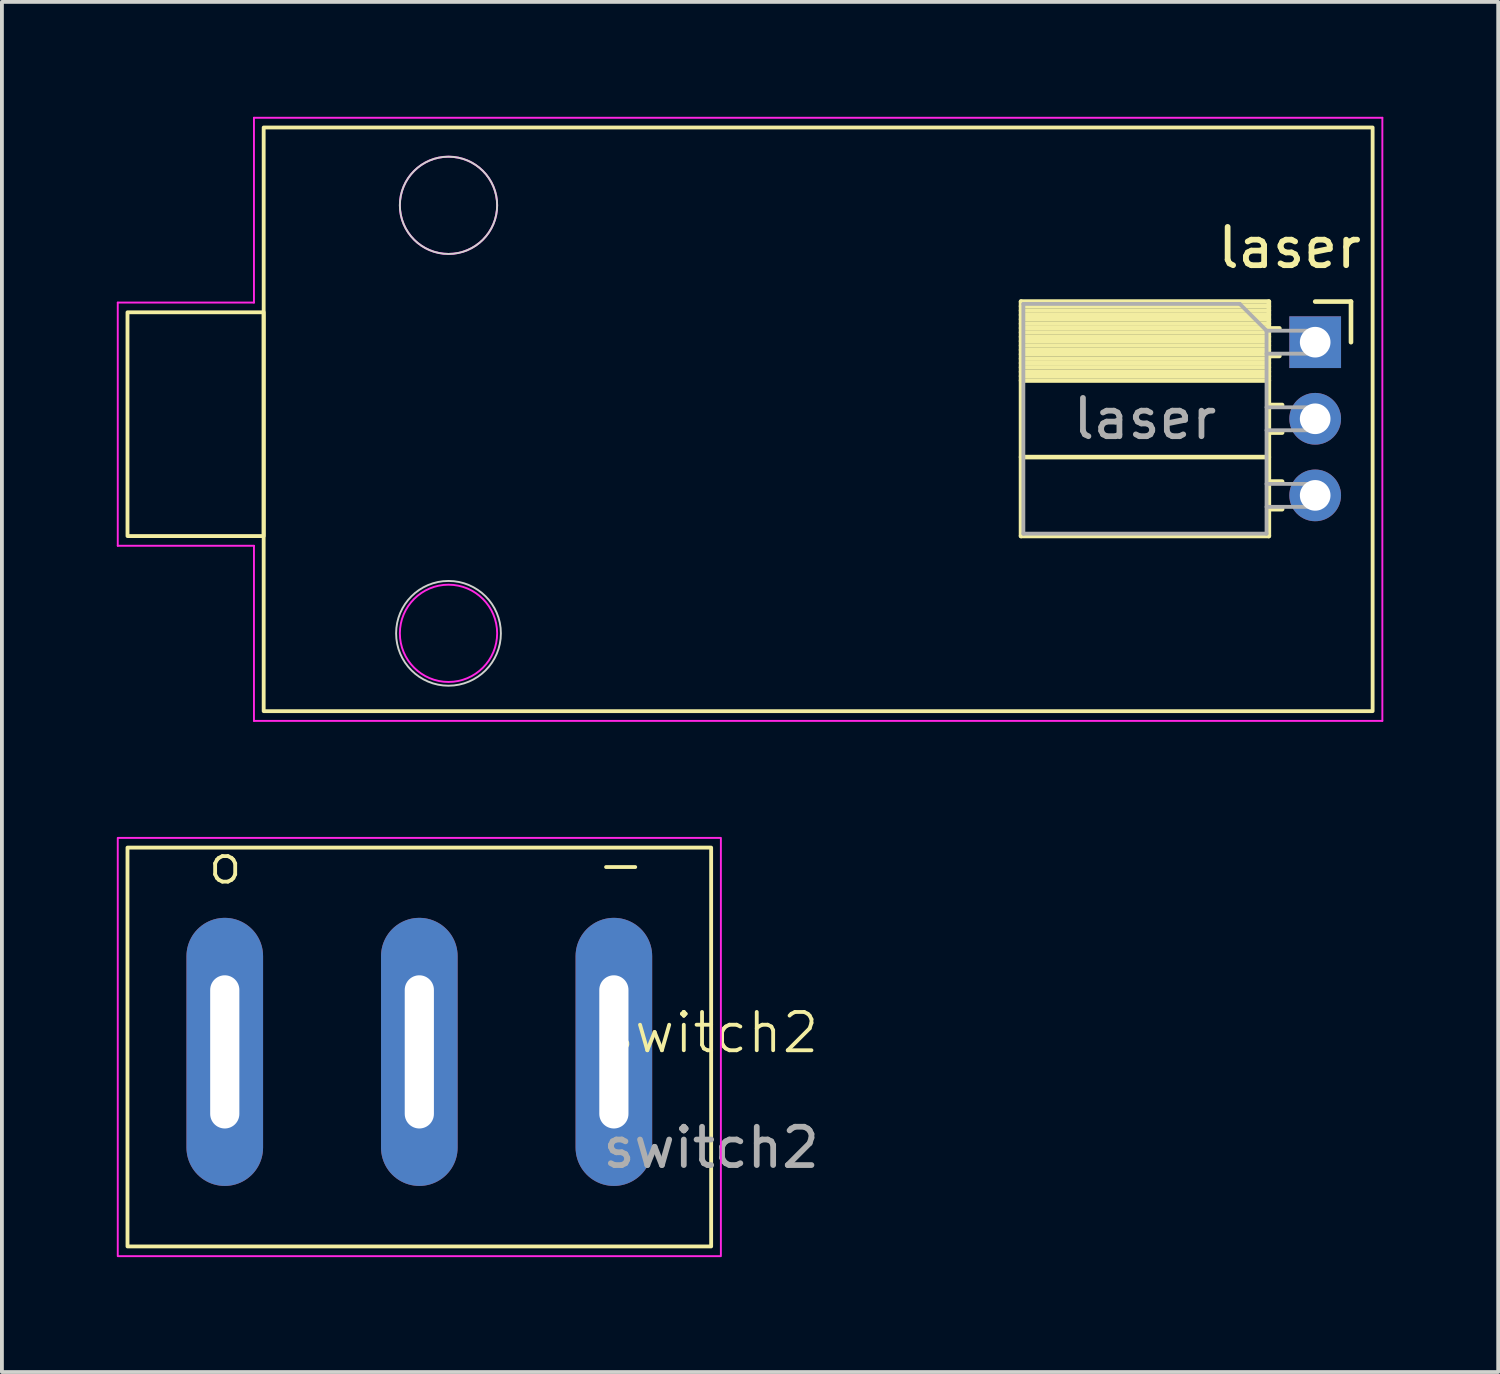
<source format=kicad_pcb>
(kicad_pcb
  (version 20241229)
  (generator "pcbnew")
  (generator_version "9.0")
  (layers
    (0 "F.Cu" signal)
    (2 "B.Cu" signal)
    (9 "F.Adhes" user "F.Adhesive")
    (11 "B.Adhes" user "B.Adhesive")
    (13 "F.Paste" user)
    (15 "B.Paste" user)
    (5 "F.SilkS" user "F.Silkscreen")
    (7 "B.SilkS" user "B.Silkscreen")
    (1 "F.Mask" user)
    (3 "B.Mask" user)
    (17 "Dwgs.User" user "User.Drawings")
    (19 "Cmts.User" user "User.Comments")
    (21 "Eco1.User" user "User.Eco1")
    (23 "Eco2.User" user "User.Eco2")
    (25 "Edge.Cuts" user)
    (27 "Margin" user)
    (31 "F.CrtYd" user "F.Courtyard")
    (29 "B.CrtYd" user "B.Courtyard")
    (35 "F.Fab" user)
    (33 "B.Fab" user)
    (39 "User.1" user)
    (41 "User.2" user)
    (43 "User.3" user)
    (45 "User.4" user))
  (footprint "laser"
    (layer "F.Cu")
    (at 32.791 7.899)
    (property "Reference" "laser" (at -2.167 -4.479 0) (layer "F.SilkS") (effects (font (size 1 1) (thickness 0.15))))
    (attr through_hole)
    (fp_line (start -9.18 -3.074) (end -9.18 3.046) (stroke (width 0.12) (type solid)) (layer "F.SilkS"))
    (fp_line (start -9.18 -3.074) (end -2.71 -3.074) (stroke (width 0.12) (type solid)) (layer "F.SilkS"))
    (fp_line (start -9.18 -2.954) (end -2.71 -2.954) (stroke (width 0.12) (type solid)) (layer "F.SilkS"))
    (fp_line (start -9.18 -2.84) (end -2.71 -2.84) (stroke (width 0.12) (type solid)) (layer "F.SilkS"))
    (fp_line (start -9.18 -2.726) (end -2.71 -2.726) (stroke (width 0.12) (type solid)) (layer "F.SilkS"))
    (fp_line (start -9.18 -2.612) (end -2.71 -2.612) (stroke (width 0.12) (type solid)) (layer "F.SilkS"))
    (fp_line (start -9.18 -2.498) (end -2.71 -2.498) (stroke (width 0.12) (type solid)) (layer "F.SilkS"))
    (fp_line (start -9.18 -2.383) (end -2.71 -2.383) (stroke (width 0.12) (type solid)) (layer "F.SilkS"))
    (fp_line (start -9.18 -2.269) (end -2.71 -2.269) (stroke (width 0.12) (type solid)) (layer "F.SilkS"))
    (fp_line (start -9.18 -2.155) (end -2.71 -2.155) (stroke (width 0.12) (type solid)) (layer "F.SilkS"))
    (fp_line (start -9.18 -2.041) (end -2.71 -2.041) (stroke (width 0.12) (type solid)) (layer "F.SilkS"))
    (fp_line (start -9.18 -1.927) (end -2.71 -1.927) (stroke (width 0.12) (type solid)) (layer "F.SilkS"))
    (fp_line (start -9.18 -1.813) (end -2.71 -1.813) (stroke (width 0.12) (type solid)) (layer "F.SilkS"))
    (fp_line (start -9.18 -1.699) (end -2.71 -1.699) (stroke (width 0.12) (type solid)) (layer "F.SilkS"))
    (fp_line (start -9.18 -1.585) (end -2.71 -1.585) (stroke (width 0.12) (type solid)) (layer "F.SilkS"))
    (fp_line (start -9.18 -1.47) (end -2.71 -1.47) (stroke (width 0.12) (type solid)) (layer "F.SilkS"))
    (fp_line (start -9.18 -1.356) (end -2.71 -1.356) (stroke (width 0.12) (type solid)) (layer "F.SilkS"))
    (fp_line (start -9.18 -1.242) (end -2.71 -1.242) (stroke (width 0.12) (type solid)) (layer "F.SilkS"))
    (fp_line (start -9.18 -1.128) (end -2.71 -1.128) (stroke (width 0.12) (type solid)) (layer "F.SilkS"))
    (fp_line (start -9.18 -1.014) (end -2.71 -1.014) (stroke (width 0.12) (type solid)) (layer "F.SilkS"))
    (fp_line (start -9.18 0.986) (end -2.71 0.986) (stroke (width 0.12) (type solid)) (layer "F.SilkS"))
    (fp_line (start -9.18 3.046) (end -2.71 3.046) (stroke (width 0.12) (type solid)) (layer "F.SilkS"))
    (fp_line (start -2.71 -3.074) (end -2.71 3.046) (stroke (width 0.12) (type solid)) (layer "F.SilkS"))
    (fp_line (start -2.71 -2.374) (end -2.435 -2.374) (stroke (width 0.12) (type solid)) (layer "F.SilkS"))
    (fp_line (start -2.71 -1.654) (end -2.435 -1.654) (stroke (width 0.12) (type solid)) (layer "F.SilkS"))
    (fp_line (start -2.71 -0.374) (end -2.363 -0.374) (stroke (width 0.12) (type solid)) (layer "F.SilkS"))
    (fp_line (start -2.71 0.346) (end -2.363 0.346) (stroke (width 0.12) (type solid)) (layer "F.SilkS"))
    (fp_line (start -2.71 1.626) (end -2.363 1.626) (stroke (width 0.12) (type solid)) (layer "F.SilkS"))
    (fp_line (start -2.71 2.346) (end -2.363 2.346) (stroke (width 0.12) (type solid)) (layer "F.SilkS"))
    (fp_line (start -1.5 -3.074) (end -0.565 -3.074) (stroke (width 0.12) (type solid)) (layer "F.SilkS"))
    (fp_line (start -0.565 -3.074) (end -0.565 -2.014) (stroke (width 0.12) (type solid)) (layer "F.SilkS"))
    (fp_rect (start -32.512 -2.794) (end -28.956 3.048) (stroke (width 0.1) (type default)) (fill no) (layer "F.SilkS"))
    (fp_rect (start 0 -7.62) (end -28.956 7.62) (stroke (width 0.1) (type default)) (fill no) (layer "F.SilkS"))
    (fp_circle (center -24.13 -5.588) (end -24.892 -6.604) (stroke (width 0.05) (type default)) (fill no) (layer "Edge.Cuts"))
    (fp_circle (center -24.13 5.588) (end -24.638 4.318) (stroke (width 0.05) (type default)) (fill no) (layer "Edge.Cuts"))
    (fp_line (start -32.766 -3.048) (end -32.766 3.302) (stroke (width 0.05) (type default)) (layer "F.CrtYd"))
    (fp_line (start -32.766 3.302) (end -29.21 3.302) (stroke (width 0.05) (type default)) (layer "F.CrtYd"))
    (fp_line (start -29.21 -7.874) (end -29.21 -3.048) (stroke (width 0.05) (type default)) (layer "F.CrtYd"))
    (fp_line (start -29.21 -3.048) (end -32.766 -3.048) (stroke (width 0.05) (type default)) (layer "F.CrtYd"))
    (fp_line (start -29.21 3.302) (end -29.21 7.874) (stroke (width 0.05) (type default)) (layer "F.CrtYd"))
    (fp_line (start -29.21 7.874) (end 0.254 7.874) (stroke (width 0.05) (type default)) (layer "F.CrtYd"))
    (fp_line (start 0.254 -7.874) (end -29.21 -7.874) (stroke (width 0.05) (type default)) (layer "F.CrtYd"))
    (fp_line (start 0.254 7.874) (end 0.254 -7.874) (stroke (width 0.05) (type default)) (layer "F.CrtYd"))
    (fp_circle (center -24.13 -5.588) (end -24.892 -6.604) (stroke (width 0.05) (type default)) (fill no) (layer "F.CrtYd"))
    (fp_circle (center -24.13 5.588) (end -24.892 4.572) (stroke (width 0.05) (type default)) (fill no) (layer "F.CrtYd"))
    (fp_line (start -9.12 -3.014) (end -3.47 -3.014) (stroke (width 0.1) (type solid)) (layer "F.Fab"))
    (fp_line (start -9.12 2.986) (end -9.12 -3.014) (stroke (width 0.1) (type solid)) (layer "F.Fab"))
    (fp_line (start -3.47 -3.014) (end -2.77 -2.314) (stroke (width 0.1) (type solid)) (layer "F.Fab"))
    (fp_line (start -2.77 -2.314) (end -2.77 2.986) (stroke (width 0.1) (type solid)) (layer "F.Fab"))
    (fp_line (start -2.77 -1.714) (end -1.5 -1.714) (stroke (width 0.1) (type solid)) (layer "F.Fab"))
    (fp_line (start -2.77 0.286) (end -1.5 0.286) (stroke (width 0.1) (type solid)) (layer "F.Fab"))
    (fp_line (start -2.77 2.286) (end -1.5 2.286) (stroke (width 0.1) (type solid)) (layer "F.Fab"))
    (fp_line (start -2.77 2.986) (end -9.12 2.986) (stroke (width 0.1) (type solid)) (layer "F.Fab"))
    (fp_line (start -1.5 -2.314) (end -2.77 -2.314) (stroke (width 0.1) (type solid)) (layer "F.Fab"))
    (fp_line (start -1.5 -1.714) (end -1.5 -2.314) (stroke (width 0.1) (type solid)) (layer "F.Fab"))
    (fp_line (start -1.5 -0.314) (end -2.77 -0.314) (stroke (width 0.1) (type solid)) (layer "F.Fab"))
    (fp_line (start -1.5 0.286) (end -1.5 -0.314) (stroke (width 0.1) (type solid)) (layer "F.Fab"))
    (fp_line (start -1.5 1.686) (end -2.77 1.686) (stroke (width 0.1) (type solid)) (layer "F.Fab"))
    (fp_line (start -1.5 2.286) (end -1.5 1.686) (stroke (width 0.1) (type solid)) (layer "F.Fab"))
    (fp_line (start -28.956 0) (end -28.956 -3.048) (stroke (width 0.1) (type default)) (layer "User.9"))
    (fp_rect (start -28.956 0) (end -28.956 -3.048) (stroke (width 0.1) (type default)) (fill no) (layer "User.9"))
    (fp_text user "${REFERENCE}" (at -5.945 -0.014 0) (layer "F.Fab") (effects (font (size 1 1) (thickness 0.15))))
    (pad "1" thru_hole rect (at -1.5 -2.014) (size 1.35 1.35) (drill 0.8) (layers "*.Cu" "*.Mask"))
    (pad "2" thru_hole oval (at -1.5 -0.014) (size 1.35 1.35) (drill 0.8) (layers "*.Cu" "*.Mask"))
    (pad "3" thru_hole oval (at -1.5 1.986) (size 1.35 1.35) (drill 0.8) (layers "*.Cu" "*.Mask")))
  (footprint "switch2"
    (layer "F.Cu")
    (at 15.519 24.416)
    (property "Reference" "switch2" (at 0 -0.5 0) (unlocked yes) (layer "F.SilkS") (effects (font (size 1 1) (thickness 0.1))))
    (attr through_hole)
    (fp_rect (start 0 -5.334) (end -15.24 5.08) (stroke (width 0.1) (type default)) (fill no) (layer "F.SilkS"))
    (fp_rect (start -15.494 -5.588) (end 0.254 5.334) (stroke (width 0.05) (type default)) (fill no) (layer "F.CrtYd"))
    (fp_line (start -15.24 5.08) (end 0 5.08) (stroke (width 0.1) (type default)) (layer "User.9"))
    (fp_line (start -7.62 5.08) (end -12.7 5.08) (stroke (width 0.1) (type default)) (layer "User.9"))
    (fp_line (start -7.62 5.08) (end -2.54 5.08) (stroke (width 0.1) (type default)) (layer "User.9"))
    (fp_line (start 0 -5.334) (end -7.62 -5.334) (stroke (width 0.1) (type default)) (layer "User.9"))
    (fp_line (start 0 0) (end 0 -5.334) (stroke (width 0.1) (type default)) (layer "User.9"))
    (fp_line (start 0 5.08) (end 0 -5.334) (stroke (width 0.1) (type default)) (layer "User.9"))
    (fp_text user "-" (at -3.048 -4.318 0) (unlocked yes) (layer "F.SilkS") (effects (font (size 1 1) (thickness 0.1)) (justify left bottom)))
    (fp_text user "o" (at -13.208 -4.318 0) (unlocked yes) (layer "F.SilkS") (effects (font (size 1 1) (thickness 0.1)) (justify left bottom)))
    (fp_text user "${REFERENCE}" (at 0 2.5 0) (unlocked yes) (layer "F.Fab") (effects (font (size 1 1) (thickness 0.15))))
    (pad "1" thru_hole oval (at -12.7 0) (size 2 7) (drill oval 0.762 4) (layers "*.Cu" "*.Mask"))
    (pad "2" thru_hole oval (at -7.62 0) (size 2 7) (drill oval 0.762 4) (layers "*.Cu" "*.Mask"))
    (pad "3" thru_hole oval (at -2.54 0) (size 2 7) (drill oval 0.762 4) (layers "*.Cu" "*.Mask")))
  (gr_rect
    (start -3 -3)
    (end 36.07 32.775)
    (stroke (width 0.1) (type default))
    (fill no)
    (layer "Edge.Cuts")))
</source>
